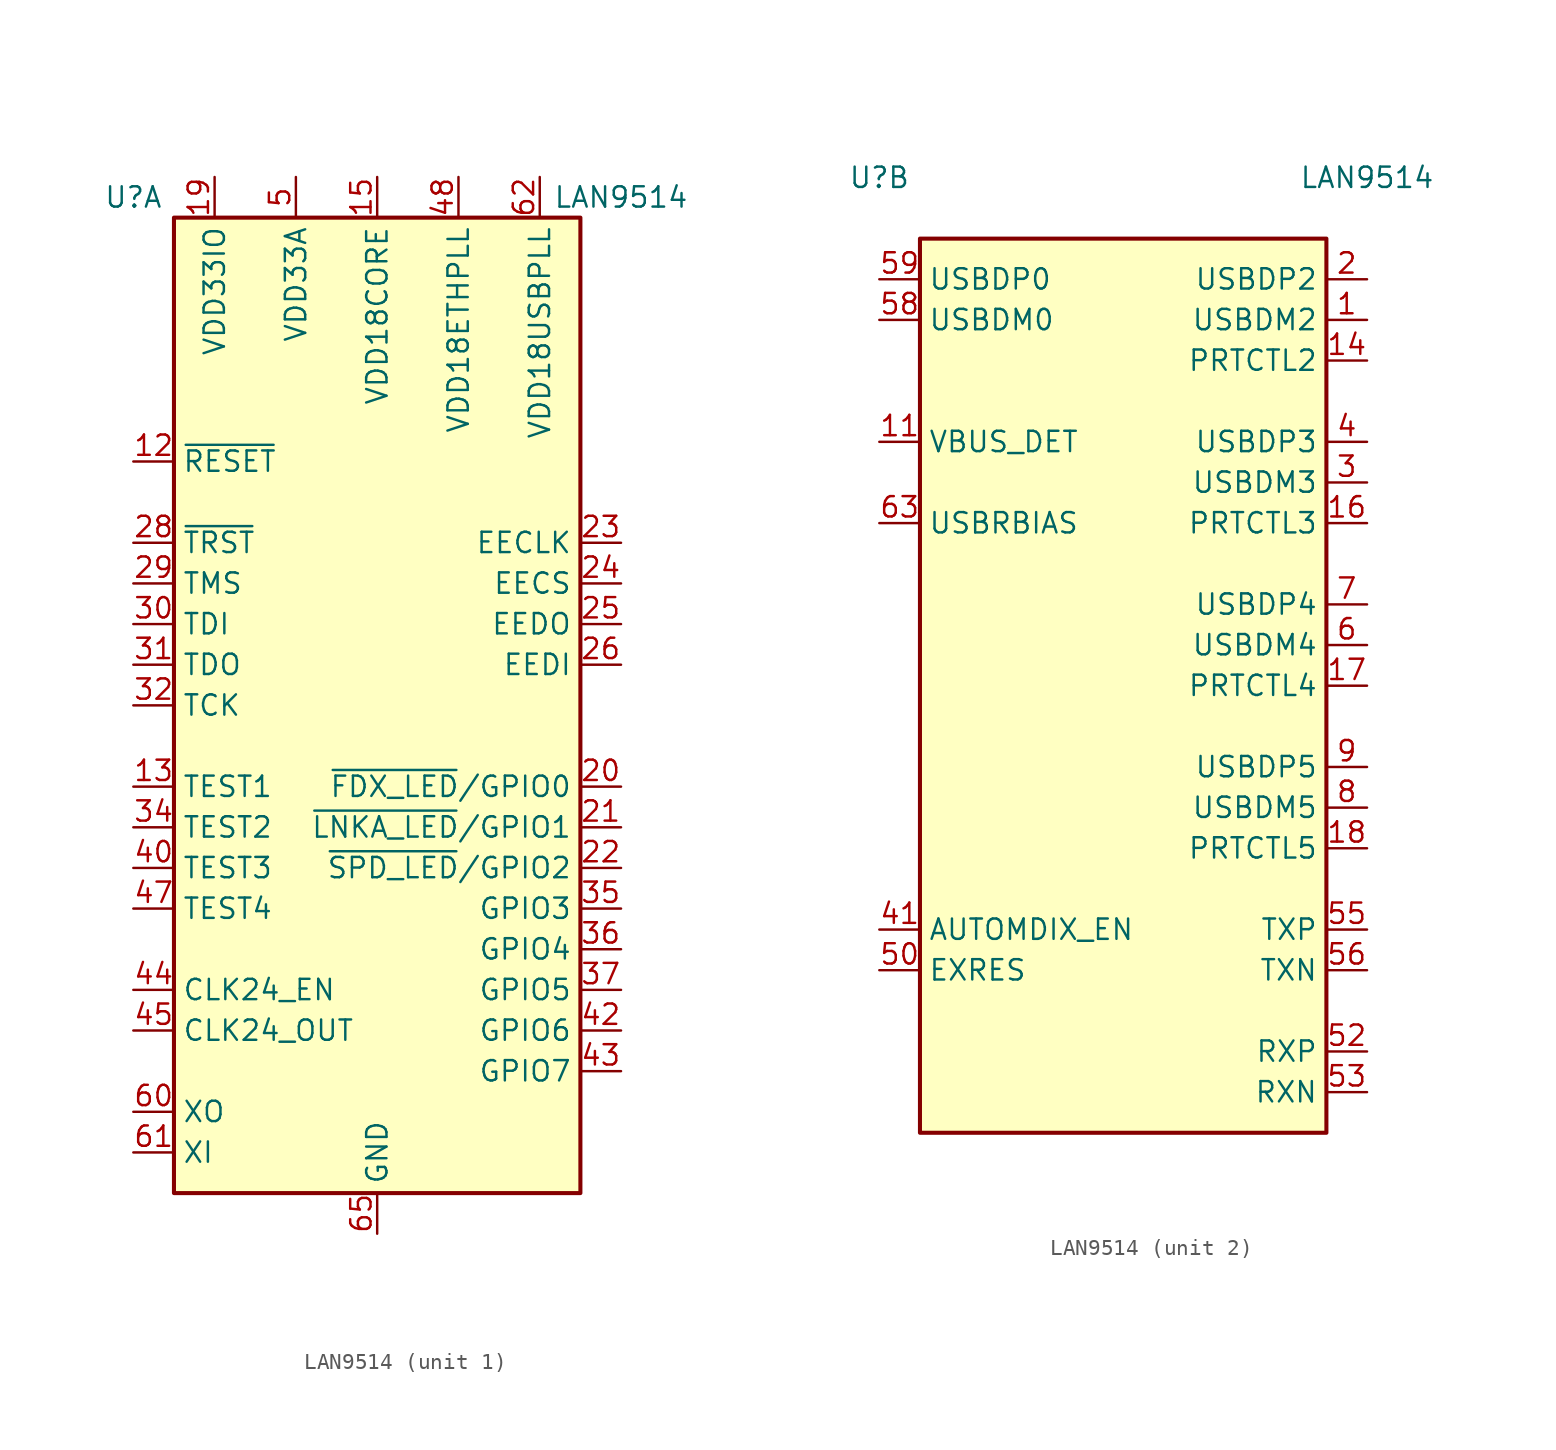
<source format=kicad_sym>
(kicad_symbol_lib
  (version 20211014)
  (generator kicad_symbol_editor)
  (symbol "LAN9514"
    (property "Reference" "U"
      (at -15.24 31.75 0)
      (effects (font (size 1.27 1.27))))
    (property "Value" "LAN9514"
      (at 15.24 31.75 0)
      (effects (font (size 1.27 1.27))))
    (property "ki_locked" ""
      (at 0 0 0)
      (effects (font (size 1.27 1.27))))
    (symbol "LAN9514_1_1"
      (rectangle (start -12.7 30.48) (end 12.7 -30.48) (stroke (width 0.254) (type default) (color 0 0 0 0)) (fill (type background)))
      (pin passive line (at -5.08 33.02 270) (length 2.54) hide (name "VDD33A" (effects (font (size 1.27 1.27)))) (number "10" (effects (font (size 1.27 1.27)))))
      (pin input line (at -15.24 15.24 0) (length 2.54) (name "~{RESET}" (effects (font (size 1.27 1.27)))) (number "12" (effects (font (size 1.27 1.27)))))
      (pin input line (at -15.24 -5.08 0) (length 2.54) (name "TEST1" (effects (font (size 1.27 1.27)))) (number "13" (effects (font (size 1.27 1.27)))))
      (pin power_in line (at 0 33.02 270) (length 2.54) (name "VDD18CORE" (effects (font (size 1.27 1.27)))) (number "15" (effects (font (size 1.27 1.27)))))
      (pin power_in line (at -10.16 33.02 270) (length 2.54) (name "VDD33IO" (effects (font (size 1.27 1.27)))) (number "19" (effects (font (size 1.27 1.27)))))
      (pin bidirectional line (at 15.24 -5.08 180) (length 2.54) (name "~{FDX_LED}/GPIO0" (effects (font (size 1.27 1.27)))) (number "20" (effects (font (size 1.27 1.27)))))
      (pin bidirectional line (at 15.24 -7.62 180) (length 2.54) (name "~{LNKA_LED}/GPIO1" (effects (font (size 1.27 1.27)))) (number "21" (effects (font (size 1.27 1.27)))))
      (pin bidirectional line (at 15.24 -10.16 180) (length 2.54) (name "~{SPD_LED}/GPIO2" (effects (font (size 1.27 1.27)))) (number "22" (effects (font (size 1.27 1.27)))))
      (pin output line (at 15.24 10.16 180) (length 2.54) (name "EECLK" (effects (font (size 1.27 1.27)))) (number "23" (effects (font (size 1.27 1.27)))))
      (pin output line (at 15.24 7.62 180) (length 2.54) (name "EECS" (effects (font (size 1.27 1.27)))) (number "24" (effects (font (size 1.27 1.27)))))
      (pin output line (at 15.24 5.08 180) (length 2.54) (name "EEDO" (effects (font (size 1.27 1.27)))) (number "25" (effects (font (size 1.27 1.27)))))
      (pin input line (at 15.24 2.54 180) (length 2.54) (name "EEDI" (effects (font (size 1.27 1.27)))) (number "26" (effects (font (size 1.27 1.27)))))
      (pin passive line (at -10.16 33.02 270) (length 2.54) hide (name "VDD33IO" (effects (font (size 1.27 1.27)))) (number "27" (effects (font (size 1.27 1.27)))))
      (pin input line (at -15.24 10.16 0) (length 2.54) (name "~{TRST}" (effects (font (size 1.27 1.27)))) (number "28" (effects (font (size 1.27 1.27)))))
      (pin input line (at -15.24 7.62 0) (length 2.54) (name "TMS" (effects (font (size 1.27 1.27)))) (number "29" (effects (font (size 1.27 1.27)))))
      (pin input line (at -15.24 5.08 0) (length 2.54) (name "TDI" (effects (font (size 1.27 1.27)))) (number "30" (effects (font (size 1.27 1.27)))))
      (pin output line (at -15.24 2.54 0) (length 2.54) (name "TDO" (effects (font (size 1.27 1.27)))) (number "31" (effects (font (size 1.27 1.27)))))
      (pin input line (at -15.24 0 0) (length 2.54) (name "TCK" (effects (font (size 1.27 1.27)))) (number "32" (effects (font (size 1.27 1.27)))))
      (pin passive line (at -10.16 33.02 270) (length 2.54) hide (name "VDD33IO" (effects (font (size 1.27 1.27)))) (number "33" (effects (font (size 1.27 1.27)))))
      (pin input line (at -15.24 -7.62 0) (length 2.54) (name "TEST2" (effects (font (size 1.27 1.27)))) (number "34" (effects (font (size 1.27 1.27)))))
      (pin bidirectional line (at 15.24 -12.7 180) (length 2.54) (name "GPIO3" (effects (font (size 1.27 1.27)))) (number "35" (effects (font (size 1.27 1.27)))))
      (pin bidirectional line (at 15.24 -15.24 180) (length 2.54) (name "GPIO4" (effects (font (size 1.27 1.27)))) (number "36" (effects (font (size 1.27 1.27)))))
      (pin bidirectional line (at 15.24 -17.78 180) (length 2.54) (name "GPIO5" (effects (font (size 1.27 1.27)))) (number "37" (effects (font (size 1.27 1.27)))))
      (pin passive line (at 0 33.02 270) (length 2.54) hide (name "VDD18CORE" (effects (font (size 1.27 1.27)))) (number "38" (effects (font (size 1.27 1.27)))))
      (pin passive line (at -10.16 33.02 270) (length 2.54) hide (name "VDD33IO" (effects (font (size 1.27 1.27)))) (number "39" (effects (font (size 1.27 1.27)))))
      (pin input line (at -15.24 -10.16 0) (length 2.54) (name "TEST3" (effects (font (size 1.27 1.27)))) (number "40" (effects (font (size 1.27 1.27)))))
      (pin bidirectional line (at 15.24 -20.32 180) (length 2.54) (name "GPIO6" (effects (font (size 1.27 1.27)))) (number "42" (effects (font (size 1.27 1.27)))))
      (pin bidirectional line (at 15.24 -22.86 180) (length 2.54) (name "GPIO7" (effects (font (size 1.27 1.27)))) (number "43" (effects (font (size 1.27 1.27)))))
      (pin input line (at -15.24 -17.78 0) (length 2.54) (name "CLK24_EN" (effects (font (size 1.27 1.27)))) (number "44" (effects (font (size 1.27 1.27)))))
      (pin output line (at -15.24 -20.32 0) (length 2.54) (name "CLK24_OUT" (effects (font (size 1.27 1.27)))) (number "45" (effects (font (size 1.27 1.27)))))
      (pin passive line (at -10.16 33.02 270) (length 2.54) hide (name "VDD33IO" (effects (font (size 1.27 1.27)))) (number "46" (effects (font (size 1.27 1.27)))))
      (pin input line (at -15.24 -12.7 0) (length 2.54) (name "TEST4" (effects (font (size 1.27 1.27)))) (number "47" (effects (font (size 1.27 1.27)))))
      (pin power_in line (at 5.08 33.02 270) (length 2.54) (name "VDD18ETHPLL" (effects (font (size 1.27 1.27)))) (number "48" (effects (font (size 1.27 1.27)))))
      (pin passive line (at -5.08 33.02 270) (length 2.54) hide (name "VDD33A" (effects (font (size 1.27 1.27)))) (number "49" (effects (font (size 1.27 1.27)))))
      (pin power_in line (at -5.08 33.02 270) (length 2.54) (name "VDD33A" (effects (font (size 1.27 1.27)))) (number "5" (effects (font (size 1.27 1.27)))))
      (pin passive line (at -5.08 33.02 270) (length 2.54) hide (name "VDD33A" (effects (font (size 1.27 1.27)))) (number "51" (effects (font (size 1.27 1.27)))))
      (pin passive line (at -5.08 33.02 270) (length 2.54) hide (name "VDD33A" (effects (font (size 1.27 1.27)))) (number "54" (effects (font (size 1.27 1.27)))))
      (pin passive line (at -5.08 33.02 270) (length 2.54) hide (name "VDD33A" (effects (font (size 1.27 1.27)))) (number "57" (effects (font (size 1.27 1.27)))))
      (pin input line (at -15.24 -25.4 0) (length 2.54) (name "XO" (effects (font (size 1.27 1.27)))) (number "60" (effects (font (size 1.27 1.27)))))
      (pin input line (at -15.24 -27.94 0) (length 2.54) (name "XI" (effects (font (size 1.27 1.27)))) (number "61" (effects (font (size 1.27 1.27)))))
      (pin power_in line (at 10.16 33.02 270) (length 2.54) (name "VDD18USBPLL" (effects (font (size 1.27 1.27)))) (number "62" (effects (font (size 1.27 1.27)))))
      (pin passive line (at -5.08 33.02 270) (length 2.54) hide (name "VDD33A" (effects (font (size 1.27 1.27)))) (number "64" (effects (font (size 1.27 1.27)))))
      (pin power_in line (at 0 -33.02 90) (length 2.54) (name "GND" (effects (font (size 1.27 1.27)))) (number "65" (effects (font (size 1.27 1.27))))))
    (symbol "LAN9514_2_1"
      (rectangle (start 12.7 -27.94) (end -12.7 27.94) (stroke (width 0.254) (type default) (color 0 0 0 0)) (fill (type background)))
      (pin bidirectional line (at 15.24 22.86 180) (length 2.54) (name "USBDM2" (effects (font (size 1.27 1.27)))) (number "1" (effects (font (size 1.27 1.27)))))
      (pin input line (at -15.24 15.24 0) (length 2.54) (name "VBUS_DET" (effects (font (size 1.27 1.27)))) (number "11" (effects (font (size 1.27 1.27)))))
      (pin bidirectional line (at 15.24 20.32 180) (length 2.54) (name "PRTCTL2" (effects (font (size 1.27 1.27)))) (number "14" (effects (font (size 1.27 1.27)))))
      (pin bidirectional line (at 15.24 10.16 180) (length 2.54) (name "PRTCTL3" (effects (font (size 1.27 1.27)))) (number "16" (effects (font (size 1.27 1.27)))))
      (pin bidirectional line (at 15.24 0 180) (length 2.54) (name "PRTCTL4" (effects (font (size 1.27 1.27)))) (number "17" (effects (font (size 1.27 1.27)))))
      (pin bidirectional line (at 15.24 -10.16 180) (length 2.54) (name "PRTCTL5" (effects (font (size 1.27 1.27)))) (number "18" (effects (font (size 1.27 1.27)))))
      (pin bidirectional line (at 15.24 25.4 180) (length 2.54) (name "USBDP2" (effects (font (size 1.27 1.27)))) (number "2" (effects (font (size 1.27 1.27)))))
      (pin bidirectional line (at 15.24 12.7 180) (length 2.54) (name "USBDM3" (effects (font (size 1.27 1.27)))) (number "3" (effects (font (size 1.27 1.27)))))
      (pin bidirectional line (at 15.24 15.24 180) (length 2.54) (name "USBDP3" (effects (font (size 1.27 1.27)))) (number "4" (effects (font (size 1.27 1.27)))))
      (pin input line (at -15.24 -15.24 0) (length 2.54) (name "AUTOMDIX_EN" (effects (font (size 1.27 1.27)))) (number "41" (effects (font (size 1.27 1.27)))))
      (pin input line (at -15.24 -17.78 0) (length 2.54) (name "EXRES" (effects (font (size 1.27 1.27)))) (number "50" (effects (font (size 1.27 1.27)))))
      (pin input line (at 15.24 -22.86 180) (length 2.54) (name "RXP" (effects (font (size 1.27 1.27)))) (number "52" (effects (font (size 1.27 1.27)))))
      (pin input line (at 15.24 -25.4 180) (length 2.54) (name "RXN" (effects (font (size 1.27 1.27)))) (number "53" (effects (font (size 1.27 1.27)))))
      (pin output line (at 15.24 -15.24 180) (length 2.54) (name "TXP" (effects (font (size 1.27 1.27)))) (number "55" (effects (font (size 1.27 1.27)))))
      (pin output line (at 15.24 -17.78 180) (length 2.54) (name "TXN" (effects (font (size 1.27 1.27)))) (number "56" (effects (font (size 1.27 1.27)))))
      (pin bidirectional line (at -15.24 22.86 0) (length 2.54) (name "USBDM0" (effects (font (size 1.27 1.27)))) (number "58" (effects (font (size 1.27 1.27)))))
      (pin bidirectional line (at -15.24 25.4 0) (length 2.54) (name "USBDP0" (effects (font (size 1.27 1.27)))) (number "59" (effects (font (size 1.27 1.27)))))
      (pin bidirectional line (at 15.24 2.54 180) (length 2.54) (name "USBDM4" (effects (font (size 1.27 1.27)))) (number "6" (effects (font (size 1.27 1.27)))))
      (pin input line (at -15.24 10.16 0) (length 2.54) (name "USBRBIAS" (effects (font (size 1.27 1.27)))) (number "63" (effects (font (size 1.27 1.27)))))
      (pin bidirectional line (at 15.24 5.08 180) (length 2.54) (name "USBDP4" (effects (font (size 1.27 1.27)))) (number "7" (effects (font (size 1.27 1.27)))))
      (pin bidirectional line (at 15.24 -7.62 180) (length 2.54) (name "USBDM5" (effects (font (size 1.27 1.27)))) (number "8" (effects (font (size 1.27 1.27)))))
      (pin bidirectional line (at 15.24 -5.08 180) (length 2.54) (name "USBDP5" (effects (font (size 1.27 1.27)))) (number "9" (effects (font (size 1.27 1.27))))))))
</source>
